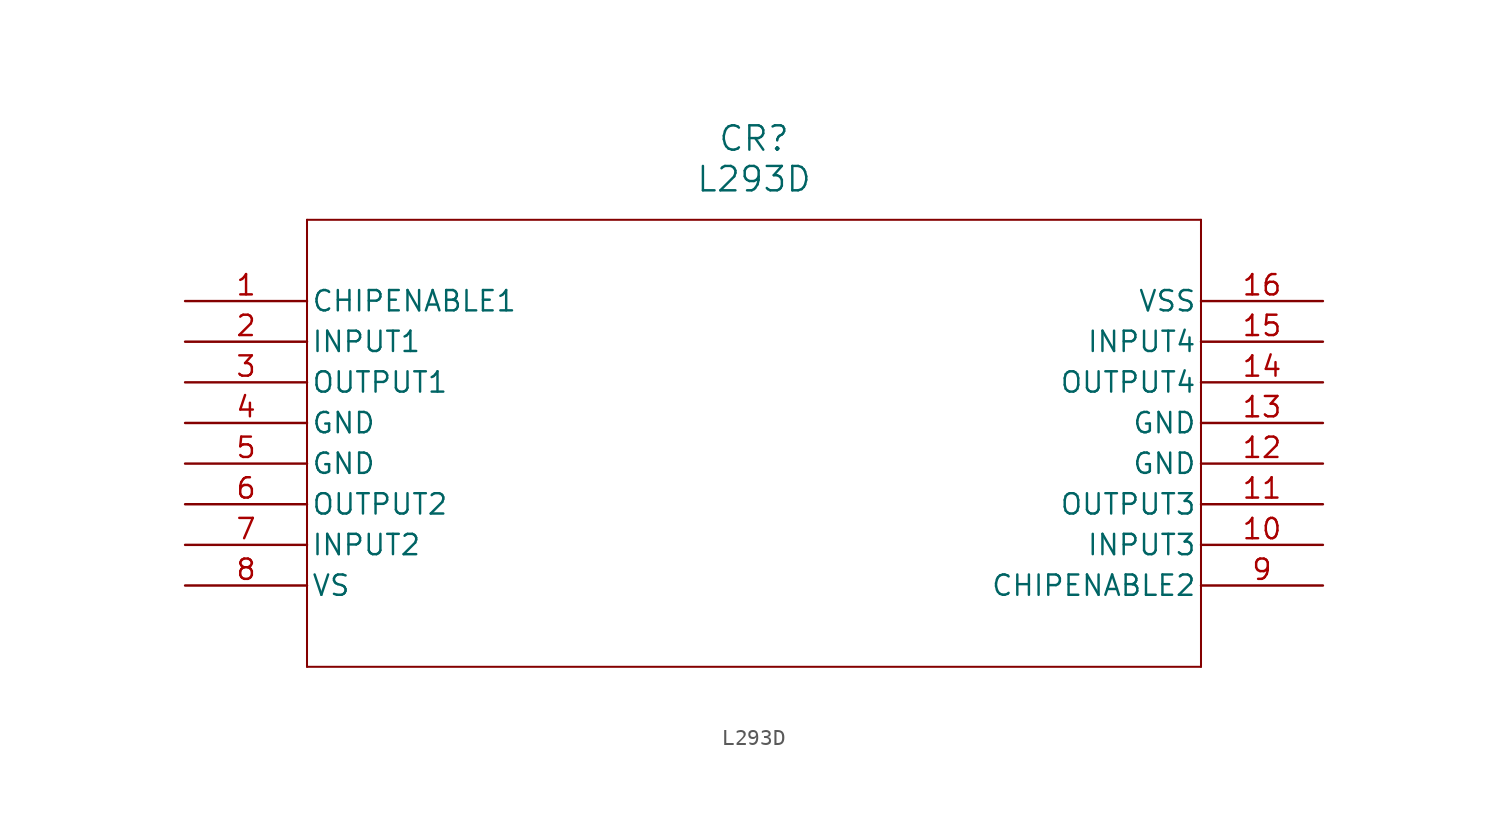
<source format=kicad_sym>
(kicad_symbol_lib
  (version 20211014)
  (generator kicad_symbol_editor)
  (symbol "L293D"
    (pin_names
      (offset 0.254))
    (property "Reference" "CR"
      (at 35.56 10.16 0)
      (effects (font (size 1.524 1.524))))
    (property "Value" "L293D"
      (at 35.56 7.62 0)
      (effects (font (size 1.524 1.524))))
    (symbol "L293D_0_1"
      (polyline (pts (xy 7.62 5.08) (xy 7.62 -22.86)) (stroke (width 0.127) (type default) (color 0 0 0 0)) (fill (type none)))
      (polyline (pts (xy 7.62 -22.86) (xy 63.5 -22.86)) (stroke (width 0.127) (type default) (color 0 0 0 0)) (fill (type none)))
      (polyline (pts (xy 63.5 -22.86) (xy 63.5 5.08)) (stroke (width 0.127) (type default) (color 0 0 0 0)) (fill (type none)))
      (polyline (pts (xy 63.5 5.08) (xy 7.62 5.08)) (stroke (width 0.127) (type default) (color 0 0 0 0)) (fill (type none)))
      (pin output line (at 0 0 0) (length 7.62) (name "CHIPENABLE1" (effects (font (size 1.27 1.27)))) (number "1" (effects (font (size 1.27 1.27)))))
      (pin input line (at 0 -2.54 0) (length 7.62) (name "INPUT1" (effects (font (size 1.27 1.27)))) (number "2" (effects (font (size 1.27 1.27)))))
      (pin output line (at 0 -5.08 0) (length 7.62) (name "OUTPUT1" (effects (font (size 1.27 1.27)))) (number "3" (effects (font (size 1.27 1.27)))))
      (pin power_out line (at 0 -7.62 0) (length 7.62) (name "GND" (effects (font (size 1.27 1.27)))) (number "4" (effects (font (size 1.27 1.27)))))
      (pin power_out line (at 0 -10.16 0) (length 7.62) (name "GND" (effects (font (size 1.27 1.27)))) (number "5" (effects (font (size 1.27 1.27)))))
      (pin output line (at 0 -12.7 0) (length 7.62) (name "OUTPUT2" (effects (font (size 1.27 1.27)))) (number "6" (effects (font (size 1.27 1.27)))))
      (pin input line (at 0 -15.24 0) (length 7.62) (name "INPUT2" (effects (font (size 1.27 1.27)))) (number "7" (effects (font (size 1.27 1.27)))))
      (pin power_in line (at 0 -17.78 0) (length 7.62) (name "VS" (effects (font (size 1.27 1.27)))) (number "8" (effects (font (size 1.27 1.27)))))
      (pin output line (at 71.12 -17.78 180) (length 7.62) (name "CHIPENABLE2" (effects (font (size 1.27 1.27)))) (number "9" (effects (font (size 1.27 1.27)))))
      (pin input line (at 71.12 -15.24 180) (length 7.62) (name "INPUT3" (effects (font (size 1.27 1.27)))) (number "10" (effects (font (size 1.27 1.27)))))
      (pin output line (at 71.12 -12.7 180) (length 7.62) (name "OUTPUT3" (effects (font (size 1.27 1.27)))) (number "11" (effects (font (size 1.27 1.27)))))
      (pin power_out line (at 71.12 -10.16 180) (length 7.62) (name "GND" (effects (font (size 1.27 1.27)))) (number "12" (effects (font (size 1.27 1.27)))))
      (pin power_out line (at 71.12 -7.62 180) (length 7.62) (name "GND" (effects (font (size 1.27 1.27)))) (number "13" (effects (font (size 1.27 1.27)))))
      (pin output line (at 71.12 -5.08 180) (length 7.62) (name "OUTPUT4" (effects (font (size 1.27 1.27)))) (number "14" (effects (font (size 1.27 1.27)))))
      (pin input line (at 71.12 -2.54 180) (length 7.62) (name "INPUT4" (effects (font (size 1.27 1.27)))) (number "15" (effects (font (size 1.27 1.27)))))
      (pin power_in line (at 71.12 0 180) (length 7.62) (name "VSS" (effects (font (size 1.27 1.27)))) (number "16" (effects (font (size 1.27 1.27))))))))
</source>
